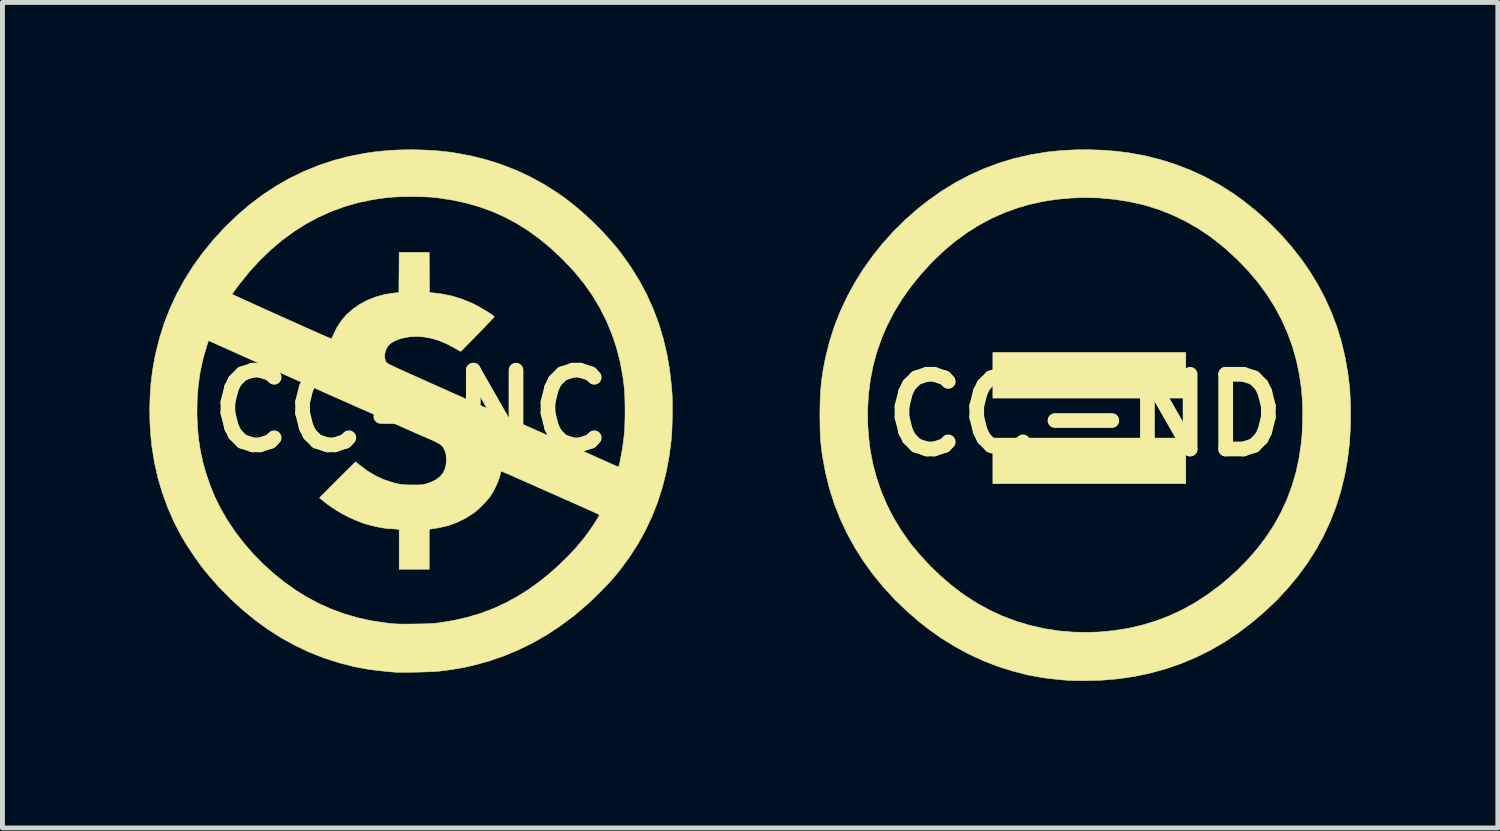
<source format=kicad_pcb>
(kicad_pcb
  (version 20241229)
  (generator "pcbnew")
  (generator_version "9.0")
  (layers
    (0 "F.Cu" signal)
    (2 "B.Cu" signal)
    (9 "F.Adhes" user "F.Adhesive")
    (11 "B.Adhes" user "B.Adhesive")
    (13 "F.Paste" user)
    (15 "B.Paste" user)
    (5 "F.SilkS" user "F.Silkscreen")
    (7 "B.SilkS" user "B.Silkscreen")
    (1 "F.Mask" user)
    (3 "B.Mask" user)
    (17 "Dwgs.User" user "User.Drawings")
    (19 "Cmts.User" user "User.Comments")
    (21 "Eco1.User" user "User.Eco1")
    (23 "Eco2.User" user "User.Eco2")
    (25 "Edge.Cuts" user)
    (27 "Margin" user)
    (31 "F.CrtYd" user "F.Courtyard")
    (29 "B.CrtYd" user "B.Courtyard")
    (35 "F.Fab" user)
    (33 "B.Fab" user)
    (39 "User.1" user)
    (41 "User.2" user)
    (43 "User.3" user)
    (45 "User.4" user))
  (footprint "CC-ND"
    (layer "F.Cu")
    (at 19.093 5.422)
    (property "Reference" "CC-ND" (at 0 0 0) (layer "F.SilkS") (effects (font (size 1.524 1.524) (thickness 0.3))))
    (attr through_hole)
    (fp_poly (pts (xy 2.053 -0.349) (xy -1.884 -0.349) (xy -1.884 -1.281) (xy 2.053 -1.281) (xy 2.053 -0.349)) (stroke (width 0.01) (type solid)) (fill yes) (layer "F.SilkS"))
    (fp_poly (pts (xy 2.053 1.397) (xy -1.884 1.397) (xy -1.884 0.466) (xy 2.053 0.466) (xy 2.053 1.397)) (stroke (width 0.01) (type solid)) (fill yes) (layer "F.SilkS"))
    (fp_poly (pts (xy 0.362 -5.407) (xy 0.634 -5.386) (xy 0.888 -5.354) (xy 1.218 -5.294) (xy 1.54 -5.213) (xy 1.853 -5.114) (xy 2.158 -4.995) (xy 2.454 -4.858) (xy 2.74 -4.701) (xy 3.017 -4.526) (xy 3.228 -4.375) (xy 3.496 -4.16) (xy 3.75 -3.931) (xy 3.989 -3.69) (xy 4.212 -3.436) (xy 4.418 -3.173) (xy 4.575 -2.947) (xy 4.744 -2.671) (xy 4.893 -2.389) (xy 5.024 -2.099) (xy 5.136 -1.801) (xy 5.229 -1.494) (xy 5.304 -1.177) (xy 5.361 -0.85) (xy 5.392 -0.593) (xy 5.397 -0.537) (xy 5.402 -0.465) (xy 5.406 -0.381) (xy 5.41 -0.291) (xy 5.413 -0.199) (xy 5.415 -0.122) (xy 5.413 0.234) (xy 5.392 0.58) (xy 5.351 0.916) (xy 5.291 1.244) (xy 5.213 1.563) (xy 5.115 1.873) (xy 4.998 2.173) (xy 4.862 2.464) (xy 4.707 2.747) (xy 4.533 3.02) (xy 4.339 3.285) (xy 4.126 3.54) (xy 3.895 3.787) (xy 3.644 4.024) (xy 3.397 4.233) (xy 3.127 4.438) (xy 2.849 4.624) (xy 2.562 4.791) (xy 2.266 4.938) (xy 1.963 5.065) (xy 1.651 5.173) (xy 1.332 5.262) (xy 1.006 5.33) (xy 0.673 5.379) (xy 0.332 5.408) (xy -0.015 5.417) (xy -0.041 5.417) (xy -0.114 5.416) (xy -0.182 5.415) (xy -0.243 5.414) (xy -0.291 5.413) (xy -0.323 5.412) (xy -0.333 5.412) (xy -0.36 5.41) (xy -0.402 5.406) (xy -0.454 5.402) (xy -0.51 5.397) (xy -0.513 5.397) (xy -0.835 5.361) (xy -1.153 5.304) (xy -1.466 5.226) (xy -1.774 5.129) (xy -2.077 5.012) (xy -2.373 4.875) (xy -2.662 4.719) (xy -2.943 4.544) (xy -3.215 4.351) (xy -3.372 4.227) (xy -3.639 3.996) (xy -3.889 3.756) (xy -4.12 3.505) (xy -4.333 3.244) (xy -4.528 2.974) (xy -4.704 2.695) (xy -4.861 2.408) (xy -5 2.112) (xy -5.119 1.809) (xy -5.218 1.498) (xy -5.297 1.18) (xy -5.354 0.873) (xy -5.37 0.77) (xy -5.382 0.677) (xy -5.392 0.588) (xy -5.4 0.501) (xy -5.405 0.411) (xy -5.409 0.314) (xy -5.411 0.206) (xy -5.412 0.083) (xy -5.413 0.005) (xy -5.412 -0.126) (xy -4.439 -0.126) (xy -4.436 0.185) (xy -4.423 0.407) (xy -4.388 0.703) (xy -4.333 0.993) (xy -4.257 1.277) (xy -4.162 1.555) (xy -4.047 1.825) (xy -3.913 2.088) (xy -3.759 2.343) (xy -3.587 2.589) (xy -3.526 2.667) (xy -3.351 2.875) (xy -3.161 3.079) (xy -2.959 3.273) (xy -2.749 3.455) (xy -2.535 3.62) (xy -2.466 3.67) (xy -2.216 3.831) (xy -1.957 3.974) (xy -1.689 4.098) (xy -1.413 4.203) (xy -1.13 4.288) (xy -0.84 4.354) (xy -0.545 4.4) (xy -0.244 4.426) (xy 0.061 4.431) (xy 0.27 4.424) (xy 0.577 4.396) (xy 0.874 4.349) (xy 1.163 4.283) (xy 1.444 4.198) (xy 1.718 4.093) (xy 1.984 3.969) (xy 2.244 3.825) (xy 2.497 3.66) (xy 2.745 3.476) (xy 2.873 3.37) (xy 3.11 3.158) (xy 3.326 2.938) (xy 3.523 2.71) (xy 3.701 2.474) (xy 3.859 2.23) (xy 3.998 1.977) (xy 4.118 1.716) (xy 4.218 1.447) (xy 4.3 1.168) (xy 4.363 0.88) (xy 4.407 0.582) (xy 4.407 0.577) (xy 4.423 0.413) (xy 4.432 0.238) (xy 4.437 0.056) (xy 4.437 -0.126) (xy 4.431 -0.302) (xy 4.419 -0.467) (xy 4.413 -0.534) (xy 4.369 -0.836) (xy 4.307 -1.129) (xy 4.225 -1.414) (xy 4.124 -1.69) (xy 4.003 -1.958) (xy 3.863 -2.217) (xy 3.704 -2.468) (xy 3.525 -2.711) (xy 3.326 -2.946) (xy 3.108 -3.172) (xy 2.871 -3.391) (xy 2.783 -3.465) (xy 2.55 -3.646) (xy 2.306 -3.81) (xy 2.052 -3.955) (xy 1.79 -4.082) (xy 1.52 -4.19) (xy 1.243 -4.278) (xy 1.159 -4.3) (xy 0.876 -4.362) (xy 0.586 -4.406) (xy 0.293 -4.433) (xy -0.002 -4.441) (xy -0.297 -4.431) (xy -0.589 -4.404) (xy -0.875 -4.359) (xy -1.154 -4.296) (xy -1.376 -4.231) (xy -1.647 -4.133) (xy -1.909 -4.017) (xy -2.161 -3.882) (xy -2.406 -3.729) (xy -2.642 -3.557) (xy -2.872 -3.366) (xy -3.094 -3.154) (xy -3.139 -3.109) (xy -3.358 -2.869) (xy -3.557 -2.624) (xy -3.735 -2.372) (xy -3.894 -2.114) (xy -4.032 -1.849) (xy -4.15 -1.579) (xy -4.248 -1.301) (xy -4.326 -1.017) (xy -4.383 -0.727) (xy -4.421 -0.43) (xy -4.439 -0.126) (xy -5.412 -0.126) (xy -5.411 -0.174) (xy -5.407 -0.336) (xy -5.399 -0.486) (xy -5.387 -0.629) (xy -5.371 -0.767) (xy -5.35 -0.907) (xy -5.323 -1.052) (xy -5.291 -1.207) (xy -5.29 -1.211) (xy -5.212 -1.52) (xy -5.113 -1.825) (xy -4.995 -2.124) (xy -4.857 -2.417) (xy -4.702 -2.703) (xy -4.528 -2.981) (xy -4.337 -3.249) (xy -4.13 -3.508) (xy -3.907 -3.755) (xy -3.668 -3.99) (xy -3.415 -4.213) (xy -3.201 -4.381) (xy -2.93 -4.573) (xy -2.65 -4.745) (xy -2.362 -4.897) (xy -2.066 -5.03) (xy -1.762 -5.144) (xy -1.449 -5.238) (xy -1.129 -5.312) (xy -0.8 -5.367) (xy -0.732 -5.376) (xy -0.468 -5.401) (xy -0.194 -5.415) (xy 0.084 -5.417) (xy 0.362 -5.407)) (stroke (width 0.01) (type solid)) (fill yes) (layer "F.SilkS")))
  (footprint "CC-NC"
    (layer "F.Cu")
    (at 5.338 5.338)
    (property "Reference" "CC-NC" (at 0 0 0) (layer "F.SilkS") (effects (font (size 1.524 1.524) (thickness 0.3))))
    (attr through_hole)
    (fp_poly (pts (xy 0.291 -5.326) (xy 0.548 -5.31) (xy 0.795 -5.283) (xy 0.882 -5.27) (xy 1.211 -5.21) (xy 1.532 -5.13) (xy 1.843 -5.031) (xy 2.144 -4.914) (xy 2.437 -4.777) (xy 2.72 -4.621) (xy 2.995 -4.446) (xy 3.171 -4.321) (xy 3.349 -4.181) (xy 3.53 -4.026) (xy 3.708 -3.86) (xy 3.881 -3.687) (xy 4.044 -3.511) (xy 4.195 -3.335) (xy 4.303 -3.196) (xy 4.491 -2.93) (xy 4.659 -2.658) (xy 4.808 -2.379) (xy 4.937 -2.093) (xy 5.049 -1.799) (xy 5.141 -1.496) (xy 5.216 -1.183) (xy 5.273 -0.859) (xy 5.312 -0.524) (xy 5.324 -0.37) (xy 5.329 -0.284) (xy 5.331 -0.18) (xy 5.332 -0.066) (xy 5.331 0.056) (xy 5.329 0.179) (xy 5.325 0.3) (xy 5.321 0.414) (xy 5.314 0.515) (xy 5.308 0.592) (xy 5.265 0.927) (xy 5.204 1.25) (xy 5.125 1.563) (xy 5.028 1.865) (xy 4.912 2.158) (xy 4.778 2.441) (xy 4.626 2.716) (xy 4.454 2.982) (xy 4.262 3.242) (xy 4.158 3.371) (xy 4.102 3.435) (xy 4.033 3.51) (xy 3.956 3.592) (xy 3.873 3.677) (xy 3.788 3.762) (xy 3.704 3.843) (xy 3.625 3.917) (xy 3.583 3.955) (xy 3.319 4.179) (xy 3.047 4.382) (xy 2.769 4.565) (xy 2.483 4.729) (xy 2.19 4.873) (xy 1.889 4.998) (xy 1.579 5.104) (xy 1.26 5.191) (xy 1.172 5.212) (xy 1.078 5.231) (xy 0.97 5.251) (xy 0.852 5.27) (xy 0.731 5.287) (xy 0.613 5.302) (xy 0.558 5.309) (xy 0.515 5.312) (xy 0.455 5.316) (xy 0.382 5.319) (xy 0.299 5.322) (xy 0.21 5.325) (xy 0.118 5.327) (xy 0.025 5.329) (xy -0.064 5.33) (xy -0.146 5.331) (xy -0.219 5.331) (xy -0.278 5.33) (xy -0.321 5.329) (xy -0.333 5.328) (xy -0.36 5.325) (xy -0.402 5.322) (xy -0.454 5.317) (xy -0.51 5.312) (xy -0.513 5.312) (xy -0.835 5.275) (xy -1.153 5.217) (xy -1.466 5.138) (xy -1.773 5.039) (xy -2.074 4.921) (xy -2.368 4.782) (xy -2.654 4.624) (xy -2.672 4.613) (xy -2.931 4.447) (xy -3.186 4.261) (xy -3.434 4.058) (xy -3.674 3.84) (xy -3.903 3.608) (xy -4.12 3.364) (xy -4.26 3.191) (xy -4.311 3.123) (xy -4.369 3.042) (xy -4.432 2.952) (xy -4.495 2.857) (xy -4.557 2.763) (xy -4.614 2.673) (xy -4.662 2.593) (xy -4.684 2.556) (xy -4.833 2.271) (xy -4.962 1.978) (xy -5.073 1.675) (xy -5.165 1.364) (xy -5.237 1.045) (xy -5.289 0.719) (xy -5.291 0.704) (xy -5.316 0.458) (xy -5.33 0.202) (xy -5.331 0.061) (xy -4.369 0.061) (xy -4.368 0.106) (xy -4.356 0.356) (xy -4.333 0.592) (xy -4.297 0.82) (xy -4.248 1.045) (xy -4.184 1.271) (xy -4.111 1.487) (xy -4.01 1.738) (xy -3.888 1.985) (xy -3.748 2.227) (xy -3.59 2.462) (xy -3.416 2.69) (xy -3.227 2.908) (xy -3.023 3.116) (xy -2.807 3.313) (xy -2.579 3.495) (xy -2.341 3.664) (xy -2.151 3.782) (xy -1.901 3.917) (xy -1.639 4.036) (xy -1.368 4.136) (xy -1.088 4.217) (xy -0.802 4.28) (xy -0.509 4.323) (xy -0.466 4.328) (xy -0.414 4.333) (xy -0.37 4.338) (xy -0.331 4.341) (xy -0.292 4.343) (xy -0.252 4.345) (xy -0.206 4.346) (xy -0.151 4.346) (xy -0.084 4.346) (xy -0.002 4.345) (xy 0.079 4.344) (xy 0.187 4.343) (xy 0.277 4.341) (xy 0.353 4.338) (xy 0.418 4.335) (xy 0.477 4.33) (xy 0.532 4.325) (xy 0.582 4.319) (xy 0.875 4.27) (xy 1.156 4.206) (xy 1.425 4.125) (xy 1.684 4.027) (xy 1.936 3.911) (xy 2.182 3.776) (xy 2.402 3.637) (xy 2.609 3.488) (xy 2.814 3.324) (xy 3.014 3.146) (xy 3.205 2.96) (xy 3.382 2.768) (xy 3.539 2.579) (xy 3.577 2.528) (xy 3.618 2.472) (xy 3.66 2.412) (xy 3.702 2.351) (xy 3.741 2.292) (xy 3.775 2.237) (xy 3.805 2.189) (xy 3.826 2.151) (xy 3.839 2.125) (xy 3.841 2.113) (xy 3.841 2.113) (xy 3.83 2.108) (xy 3.802 2.094) (xy 3.757 2.074) (xy 3.698 2.047) (xy 3.625 2.015) (xy 3.542 1.977) (xy 3.448 1.936) (xy 3.346 1.89) (xy 3.237 1.841) (xy 3.122 1.791) (xy 3.004 1.738) (xy 2.884 1.685) (xy 2.764 1.632) (xy 2.644 1.579) (xy 2.528 1.527) (xy 2.415 1.477) (xy 2.308 1.43) (xy 2.208 1.386) (xy 2.117 1.346) (xy 2.037 1.31) (xy 1.968 1.28) (xy 1.913 1.257) (xy 1.874 1.239) (xy 1.851 1.23) (xy 1.845 1.228) (xy 1.836 1.237) (xy 1.827 1.26) (xy 1.826 1.267) (xy 1.807 1.341) (xy 1.778 1.425) (xy 1.74 1.515) (xy 1.696 1.605) (xy 1.648 1.69) (xy 1.629 1.72) (xy 1.593 1.769) (xy 1.545 1.826) (xy 1.488 1.888) (xy 1.427 1.95) (xy 1.366 2.007) (xy 1.309 2.056) (xy 1.27 2.086) (xy 1.104 2.19) (xy 0.933 2.273) (xy 0.755 2.337) (xy 0.571 2.38) (xy 0.529 2.387) (xy 0.481 2.394) (xy 0.438 2.401) (xy 0.406 2.407) (xy 0.394 2.409) (xy 0.37 2.413) (xy 0.37 3.228) (xy -0.243 3.228) (xy -0.243 2.416) (xy -0.293 2.409) (xy -0.335 2.405) (xy -0.382 2.403) (xy -0.394 2.402) (xy -0.464 2.399) (xy -0.549 2.388) (xy -0.644 2.372) (xy -0.744 2.351) (xy -0.846 2.326) (xy -0.944 2.298) (xy -0.968 2.29) (xy -1.117 2.234) (xy -1.272 2.164) (xy -1.426 2.083) (xy -1.574 1.993) (xy -1.712 1.897) (xy -1.826 1.806) (xy -1.868 1.769) (xy -1.503 1.403) (xy -1.43 1.33) (xy -1.363 1.263) (xy -1.301 1.201) (xy -1.246 1.147) (xy -1.201 1.103) (xy -1.166 1.068) (xy -1.142 1.046) (xy -1.133 1.037) (xy -1.132 1.037) (xy -1.122 1.044) (xy -1.1 1.061) (xy -1.069 1.086) (xy -1.042 1.108) (xy -0.887 1.224) (xy -0.721 1.322) (xy -0.546 1.402) (xy -0.362 1.462) (xy -0.273 1.483) (xy -0.226 1.492) (xy -0.18 1.499) (xy -0.131 1.503) (xy -0.073 1.506) (xy -0.001 1.507) (xy 0.032 1.507) (xy 0.104 1.507) (xy 0.16 1.506) (xy 0.203 1.504) (xy 0.237 1.501) (xy 0.268 1.495) (xy 0.299 1.487) (xy 0.31 1.484) (xy 0.423 1.444) (xy 0.517 1.395) (xy 0.592 1.336) (xy 0.649 1.268) (xy 0.664 1.241) (xy 0.694 1.174) (xy 0.711 1.103) (xy 0.719 1.024) (xy 0.718 0.963) (xy 0.715 0.908) (xy 0.708 0.867) (xy 0.698 0.831) (xy 0.684 0.798) (xy 0.668 0.765) (xy 0.652 0.737) (xy 0.632 0.712) (xy 0.608 0.69) (xy 0.576 0.667) (xy 0.535 0.644) (xy 0.481 0.617) (xy 0.414 0.586) (xy 0.329 0.55) (xy 0.295 0.535) (xy 0.207 0.497) (xy 0.106 0.453) (xy -0.001 0.405) (xy -0.11 0.357) (xy -0.212 0.311) (xy -0.286 0.278) (xy -0.362 0.243) (xy -0.454 0.202) (xy -0.557 0.156) (xy -0.668 0.107) (xy -0.782 0.056) (xy -0.896 0.005) (xy -1.006 -0.043) (xy -1.048 -0.061) (xy -1.116 -0.091) (xy -1.201 -0.129) (xy -1.302 -0.174) (xy -1.418 -0.225) (xy -1.546 -0.282) (xy -1.685 -0.344) (xy -1.833 -0.41) (xy -1.989 -0.479) (xy -2.15 -0.551) (xy -2.316 -0.625) (xy -2.483 -0.7) (xy -2.652 -0.775) (xy -2.819 -0.85) (xy -2.82 -0.85) (xy -4.133 -1.438) (xy -4.172 -1.318) (xy -4.247 -1.06) (xy -4.304 -0.794) (xy -4.343 -0.519) (xy -4.365 -0.234) (xy -4.369 0.061) (xy -5.331 0.061) (xy -5.333 -0.059) (xy -5.325 -0.32) (xy -5.307 -0.574) (xy -5.277 -0.816) (xy -5.276 -0.826) (xy -5.217 -1.154) (xy -5.137 -1.475) (xy -5.039 -1.787) (xy -4.921 -2.091) (xy -4.784 -2.385) (xy -3.651 -2.385) (xy -3.641 -2.38) (xy -3.614 -2.366) (xy -3.571 -2.346) (xy -3.512 -2.319) (xy -3.441 -2.286) (xy -3.358 -2.248) (xy -3.265 -2.206) (xy -3.164 -2.16) (xy -3.055 -2.111) (xy -2.941 -2.059) (xy -2.823 -2.006) (xy -2.703 -1.952) (xy -2.582 -1.898) (xy -2.461 -1.844) (xy -2.343 -1.791) (xy -2.229 -1.74) (xy -2.12 -1.691) (xy -2.019 -1.646) (xy -1.925 -1.605) (xy -1.842 -1.568) (xy -1.77 -1.536) (xy -1.711 -1.51) (xy -1.667 -1.492) (xy -1.639 -1.48) (xy -1.629 -1.476) (xy -1.621 -1.486) (xy -1.607 -1.51) (xy -1.589 -1.546) (xy -1.577 -1.574) (xy -1.507 -1.717) (xy -1.419 -1.85) (xy -1.313 -1.971) (xy -1.191 -2.079) (xy -1.053 -2.175) (xy -0.9 -2.258) (xy -0.9 -2.258) (xy -0.725 -2.328) (xy -0.544 -2.378) (xy -0.359 -2.408) (xy -0.338 -2.41) (xy -0.249 -2.418) (xy -0.246 -2.828) (xy -0.243 -3.239) (xy 0.37 -3.239) (xy 0.373 -2.828) (xy 0.376 -2.418) (xy 0.413 -2.416) (xy 0.627 -2.391) (xy 0.834 -2.349) (xy 1.035 -2.287) (xy 1.235 -2.205) (xy 1.296 -2.175) (xy 1.346 -2.15) (xy 1.401 -2.119) (xy 1.459 -2.085) (xy 1.517 -2.051) (xy 1.572 -2.017) (xy 1.62 -1.986) (xy 1.659 -1.959) (xy 1.686 -1.938) (xy 1.698 -1.925) (xy 1.698 -1.924) (xy 1.691 -1.916) (xy 1.671 -1.894) (xy 1.64 -1.861) (xy 1.599 -1.818) (xy 1.55 -1.767) (xy 1.496 -1.71) (xy 1.437 -1.65) (xy 1.376 -1.587) (xy 1.315 -1.523) (xy 1.254 -1.461) (xy 1.197 -1.402) (xy 1.144 -1.349) (xy 1.098 -1.302) (xy 1.06 -1.264) (xy 1.033 -1.236) (xy 1.017 -1.221) (xy 1.014 -1.219) (xy 1.002 -1.223) (xy 0.976 -1.236) (xy 0.941 -1.256) (xy 0.901 -1.279) (xy 0.743 -1.365) (xy 0.584 -1.433) (xy 0.426 -1.482) (xy 0.268 -1.512) (xy 0.114 -1.523) (xy -0.037 -1.515) (xy -0.181 -1.487) (xy -0.24 -1.469) (xy -0.327 -1.435) (xy -0.396 -1.397) (xy -0.45 -1.352) (xy -0.473 -1.325) (xy -0.507 -1.268) (xy -0.529 -1.203) (xy -0.539 -1.136) (xy -0.536 -1.073) (xy -0.519 -1.018) (xy -0.516 -1.011) (xy -0.509 -1.001) (xy -0.502 -0.991) (xy -0.491 -0.981) (xy -0.474 -0.97) (xy -0.452 -0.957) (xy -0.42 -0.94) (xy -0.378 -0.92) (xy -0.323 -0.894) (xy -0.255 -0.863) (xy -0.171 -0.825) (xy -0.085 -0.786) (xy -0.023 -0.758) (xy 0.056 -0.723) (xy 0.151 -0.68) (xy 0.261 -0.631) (xy 0.383 -0.576) (xy 0.517 -0.516) (xy 0.66 -0.453) (xy 0.81 -0.385) (xy 0.967 -0.315) (xy 1.128 -0.244) (xy 1.292 -0.17) (xy 1.457 -0.097) (xy 1.603 -0.032) (xy 1.774 0.045) (xy 1.95 0.123) (xy 2.128 0.202) (xy 2.307 0.282) (xy 2.484 0.361) (xy 2.657 0.438) (xy 2.824 0.513) (xy 2.984 0.584) (xy 3.134 0.651) (xy 3.272 0.713) (xy 3.395 0.768) (xy 3.503 0.816) (xy 3.556 0.84) (xy 3.668 0.89) (xy 3.775 0.938) (xy 3.874 0.982) (xy 3.964 1.022) (xy 4.044 1.058) (xy 4.112 1.088) (xy 4.167 1.113) (xy 4.206 1.13) (xy 4.229 1.14) (xy 4.234 1.142) (xy 4.238 1.133) (xy 4.245 1.106) (xy 4.255 1.065) (xy 4.266 1.013) (xy 4.274 0.971) (xy 4.3 0.834) (xy 4.32 0.711) (xy 4.336 0.597) (xy 4.348 0.486) (xy 4.357 0.373) (xy 4.362 0.254) (xy 4.365 0.122) (xy 4.366 0.005) (xy 4.365 -0.118) (xy 4.363 -0.224) (xy 4.36 -0.319) (xy 4.355 -0.406) (xy 4.348 -0.491) (xy 4.338 -0.578) (xy 4.325 -0.672) (xy 4.317 -0.73) (xy 4.262 -1.021) (xy 4.188 -1.305) (xy 4.094 -1.582) (xy 3.981 -1.851) (xy 3.849 -2.111) (xy 3.699 -2.361) (xy 3.53 -2.601) (xy 3.344 -2.829) (xy 3.29 -2.889) (xy 3.072 -3.117) (xy 2.85 -3.325) (xy 2.624 -3.512) (xy 2.393 -3.68) (xy 2.156 -3.829) (xy 1.912 -3.959) (xy 1.661 -4.071) (xy 1.4 -4.166) (xy 1.129 -4.244) (xy 0.847 -4.305) (xy 0.553 -4.35) (xy 0.445 -4.362) (xy 0.39 -4.367) (xy 0.318 -4.37) (xy 0.232 -4.373) (xy 0.135 -4.375) (xy 0.032 -4.376) (xy -0.005 -4.376) (xy -0.137 -4.375) (xy -0.252 -4.372) (xy -0.357 -4.367) (xy -0.456 -4.359) (xy -0.554 -4.348) (xy -0.656 -4.334) (xy -0.769 -4.316) (xy -0.794 -4.312) (xy -1.08 -4.253) (xy -1.358 -4.173) (xy -1.629 -4.074) (xy -1.893 -3.955) (xy -2.149 -3.817) (xy -2.396 -3.66) (xy -2.636 -3.483) (xy -2.866 -3.288) (xy -3.089 -3.073) (xy -3.302 -2.84) (xy -3.506 -2.588) (xy -3.547 -2.533) (xy -3.582 -2.486) (xy -3.612 -2.444) (xy -3.635 -2.412) (xy -3.648 -2.391) (xy -3.651 -2.385) (xy -4.784 -2.385) (xy -4.783 -2.387) (xy -4.626 -2.675) (xy -4.449 -2.955) (xy -4.253 -3.227) (xy -4.037 -3.492) (xy -3.801 -3.748) (xy -3.791 -3.758) (xy -3.546 -3.995) (xy -3.292 -4.213) (xy -3.029 -4.411) (xy -2.758 -4.59) (xy -2.477 -4.75) (xy -2.188 -4.89) (xy -1.89 -5.012) (xy -1.583 -5.114) (xy -1.267 -5.197) (xy -0.942 -5.26) (xy -0.736 -5.29) (xy -0.491 -5.315) (xy -0.234 -5.329) (xy 0.028 -5.333) (xy 0.291 -5.326)) (stroke (width 0.01) (type solid)) (fill yes) (layer "F.SilkS")))
  (gr_rect
    (start -3 -3)
    (end 27.513 13.844)
    (stroke (width 0.1) (type default))
    (fill no)
    (layer "Edge.Cuts")))
</source>
